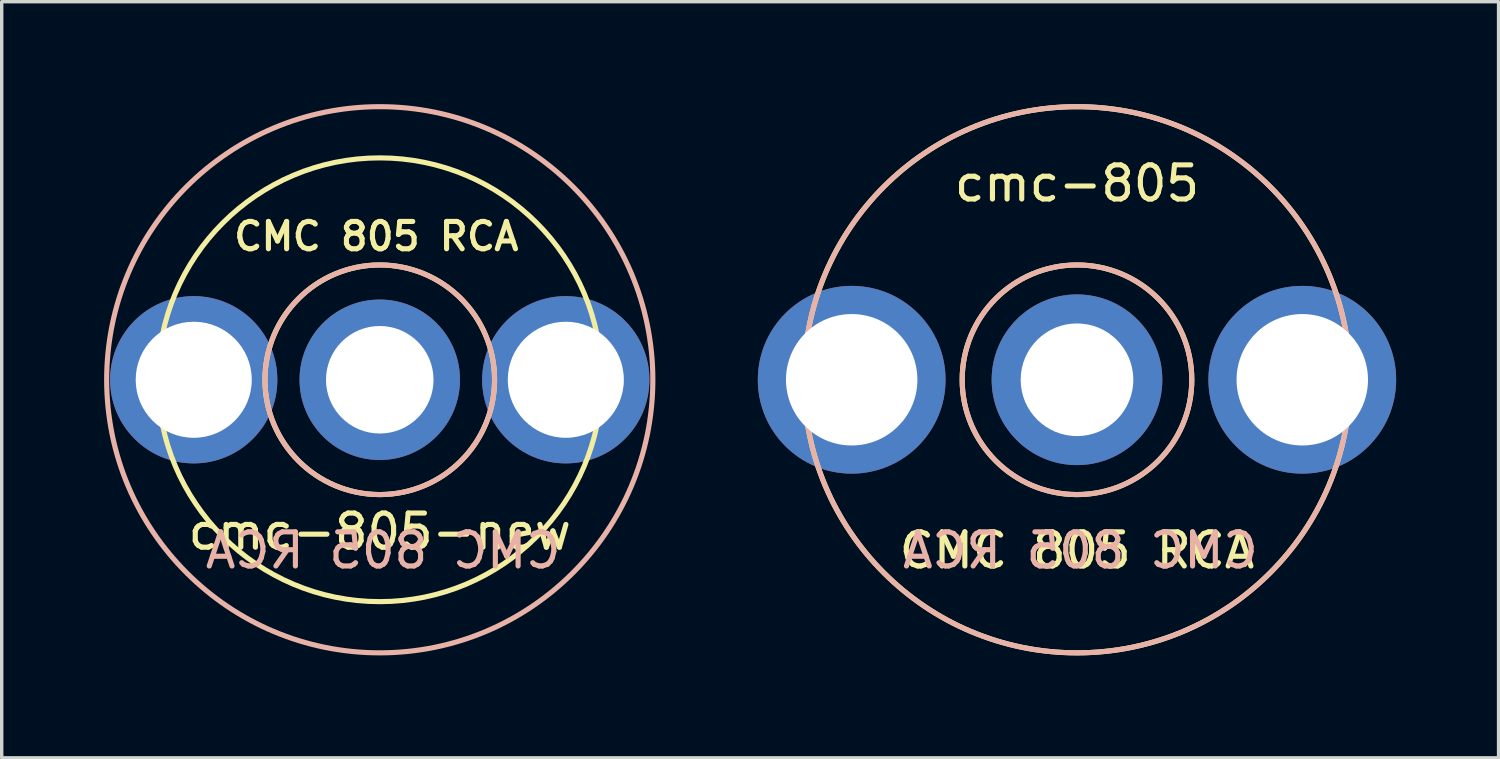
<source format=kicad_pcb>
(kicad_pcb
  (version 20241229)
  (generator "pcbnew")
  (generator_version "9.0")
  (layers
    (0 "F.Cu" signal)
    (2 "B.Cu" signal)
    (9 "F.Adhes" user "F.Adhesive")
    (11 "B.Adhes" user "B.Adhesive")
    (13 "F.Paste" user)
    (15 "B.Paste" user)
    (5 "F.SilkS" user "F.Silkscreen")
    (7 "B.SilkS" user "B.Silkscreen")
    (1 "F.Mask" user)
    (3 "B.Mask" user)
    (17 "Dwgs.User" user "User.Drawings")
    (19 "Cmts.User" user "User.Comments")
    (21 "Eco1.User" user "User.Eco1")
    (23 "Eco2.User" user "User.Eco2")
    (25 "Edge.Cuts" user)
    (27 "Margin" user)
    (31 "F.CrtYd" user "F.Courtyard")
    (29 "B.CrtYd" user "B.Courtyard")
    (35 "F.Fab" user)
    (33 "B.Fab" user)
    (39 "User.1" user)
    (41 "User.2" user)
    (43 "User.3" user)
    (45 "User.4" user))
  (footprint "cmc-805-new"
    (layer "F.Cu")
    (at 8.075 8.075)
    (property "Reference" "cmc-805-new" (at 0 4.45 0) (layer "F.SilkS") (effects (font (size 1 1) (thickness 0.15))))
    (attr through_hole)
    (fp_circle (center 0 0) (end 2.25 2.5) (stroke (width 0.15) (type solid)) (fill no) (layer "F.SilkS"))
    (fp_circle (center 0 0) (end 6.5 0) (stroke (width 0.15) (type solid)) (fill no) (layer "F.SilkS"))
    (fp_circle (center 0 0) (end 3.363 0) (stroke (width 0.15) (type solid)) (fill no) (layer "B.SilkS"))
    (fp_circle (center 0 0) (end 8 0) (stroke (width 0.15) (type solid)) (fill no) (layer "B.SilkS"))
    (fp_line (start -6.35 -1.2) (end -4.55 -1.2) (stroke (width 0.15) (type solid)) (layer "F.CrtYd"))
    (fp_line (start -6.35 1.2) (end -6.35 -1.2) (stroke (width 0.15) (type solid)) (layer "F.CrtYd"))
    (fp_line (start -4.55 -1.2) (end -4.55 1.2) (stroke (width 0.15) (type solid)) (layer "F.CrtYd"))
    (fp_line (start -4.55 1.2) (end -6.35 1.2) (stroke (width 0.15) (type solid)) (layer "F.CrtYd"))
    (fp_line (start 4.55 -1.2) (end 6.35 -1.2) (stroke (width 0.15) (type solid)) (layer "F.CrtYd"))
    (fp_line (start 4.55 1.2) (end 4.55 -1.2) (stroke (width 0.15) (type solid)) (layer "F.CrtYd"))
    (fp_line (start 6.35 -1.2) (end 6.35 1.2) (stroke (width 0.15) (type solid)) (layer "F.CrtYd"))
    (fp_line (start 6.35 1.2) (end 4.55 1.2) (stroke (width 0.15) (type solid)) (layer "F.CrtYd"))
    (fp_circle (center 0 0) (end 1.25 0) (stroke (width 0.5) (type solid)) (fill no) (layer "F.CrtYd"))
    (fp_text user "CMC 805 RCA" (at -0.1 -4.2 0) (layer "F.SilkS") (effects (font (size 0.8 0.8) (thickness 0.15))))
    (fp_text user "CMC 805 RCA" (at 0.1 5 0) (layer "B.SilkS") (effects (font (size 1 1) (thickness 0.15)) (justify mirror)))
    (pad "1" thru_hole circle (at 0 0) (size 4.7 4.7) (drill 3.15) (layers "*.Cu" "*.Mask"))
    (pad "2" thru_hole circle (at -5.45 0) (size 4.9 4.9) (drill 3.4) (layers "*.Cu" "*.Mask"))
    (pad "2" thru_hole circle (at 5.45 0) (size 4.9 4.9) (drill 3.4) (layers "*.Cu" "*.Mask")))
  (footprint "cmc-805"
    (layer "F.Cu")
    (at 28.5 8.075)
    (property "Reference" "cmc-805" (at 0 -5.75 0) (layer "F.SilkS") (effects (font (size 1 1) (thickness 0.15))))
    (attr through_hole)
    (fp_circle (center 0 0) (end 2.25 2.5) (stroke (width 0.15) (type solid)) (fill no) (layer "F.SilkS"))
    (fp_circle (center 0 0) (end 8 0) (stroke (width 0.15) (type solid)) (fill no) (layer "F.SilkS"))
    (fp_circle (center 0 0) (end 3.363 0) (stroke (width 0.15) (type solid)) (fill no) (layer "B.SilkS"))
    (fp_circle (center 0 0) (end 8 0) (stroke (width 0.15) (type solid)) (fill no) (layer "B.SilkS"))
    (fp_text user "CMC 805 RCA" (at 0 5 0) (layer "F.SilkS") (effects (font (size 1 1) (thickness 0.15))))
    (fp_text user "CMC 805 RCA" (at 0.1 5 0) (layer "B.SilkS") (effects (font (size 1 1) (thickness 0.15)) (justify mirror)))
    (pad "1" thru_hole circle (at 0 0) (size 5 5) (drill 3.3) (layers "*.Cu" "*.Mask"))
    (pad "2" thru_hole circle (at -6.6 0) (size 5.5 5.5) (drill 3.85) (layers "*.Cu" "*.Mask"))
    (pad "2" thru_hole circle (at 6.6 0) (size 5.5 5.5) (drill 3.85) (layers "*.Cu" "*.Mask")))
  (gr_rect
    (start -3 -3)
    (end 40.85 19.15)
    (stroke (width 0.1) (type default))
    (fill no)
    (layer "Edge.Cuts")))
</source>
